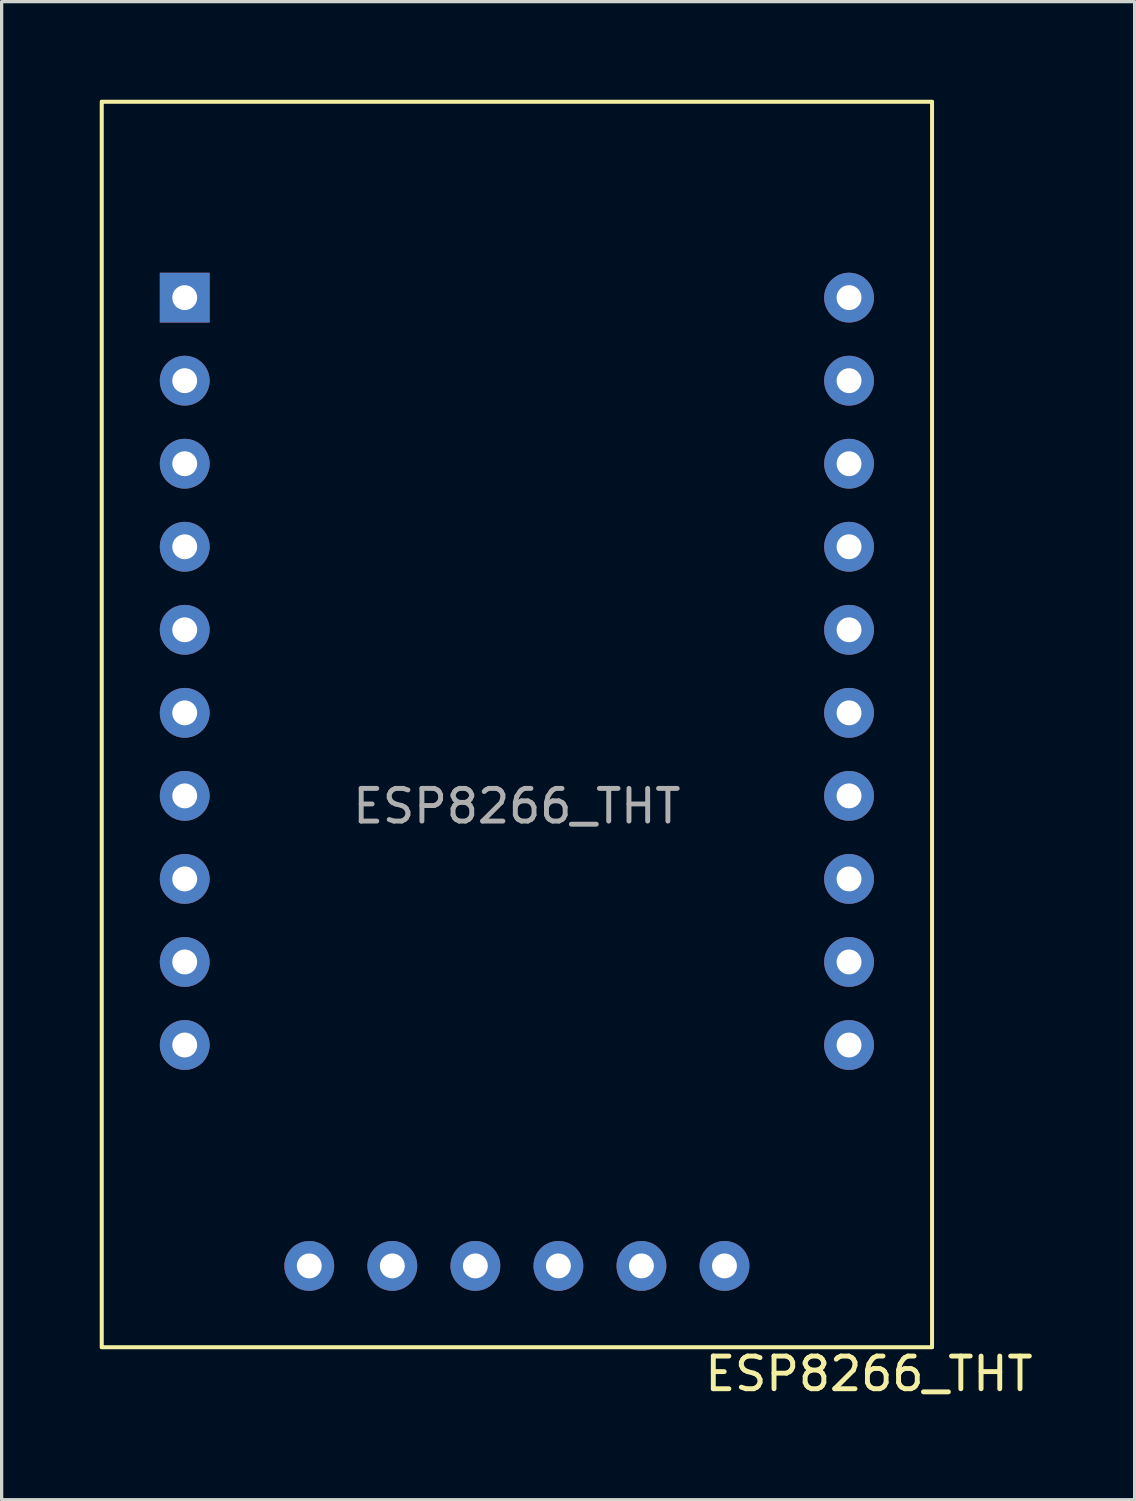
<source format=kicad_pcb>
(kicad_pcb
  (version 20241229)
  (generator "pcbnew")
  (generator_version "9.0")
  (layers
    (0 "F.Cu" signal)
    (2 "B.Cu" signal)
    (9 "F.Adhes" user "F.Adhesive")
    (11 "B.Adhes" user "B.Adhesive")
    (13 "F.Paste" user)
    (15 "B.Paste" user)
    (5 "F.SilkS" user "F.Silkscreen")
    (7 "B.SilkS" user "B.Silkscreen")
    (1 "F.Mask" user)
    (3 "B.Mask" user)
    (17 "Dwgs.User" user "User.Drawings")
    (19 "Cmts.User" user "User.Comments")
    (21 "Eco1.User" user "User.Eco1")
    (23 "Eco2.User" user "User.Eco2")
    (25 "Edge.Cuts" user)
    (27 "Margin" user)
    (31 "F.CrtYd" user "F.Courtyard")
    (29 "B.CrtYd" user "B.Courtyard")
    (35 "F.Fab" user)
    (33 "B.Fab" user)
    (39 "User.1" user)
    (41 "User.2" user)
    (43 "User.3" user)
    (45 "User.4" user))
  (footprint "ESP8266_THT"
    (layer "F.Cu")
    (at 12.76 19.11)
    (property "Reference" "ESP8266_THT" (at 10.77 19.863 0) (unlocked yes) (layer "F.SilkS") (effects (font (size 1 1) (thickness 0.15))))
    (attr through_hole)
    (fp_line (start -12.7 -19.05) (end 12.7 -19.05) (stroke (width 0.1) (type default)) (layer "F.SilkS"))
    (fp_line (start -12.7 19.05) (end -12.7 -19.05) (stroke (width 0.1) (type default)) (layer "F.SilkS"))
    (fp_line (start 12.7 -19.05) (end 12.7 19.05) (stroke (width 0.1) (type default)) (layer "F.SilkS"))
    (fp_line (start 12.7 19.05) (end -12.7 19.05) (stroke (width 0.1) (type default)) (layer "F.SilkS"))
    (fp_rect (start -12.7 -19.05) (end 12.7 19.05) (stroke (width 0.12) (type default)) (fill no) (layer "F.SilkS"))
    (fp_text user "${REFERENCE}" (at 0 2.5 0) (unlocked yes) (layer "F.Fab") (effects (font (size 1 1) (thickness 0.15))))
    (pad "1" thru_hole rect (at -10.16 -13.056) (size 1.524 1.524) (drill 0.762) (layers "*.Cu" "*.Mask"))
    (pad "2" thru_hole circle (at -10.16 -10.516) (size 1.524 1.524) (drill 0.762) (layers "*.Cu" "*.Mask"))
    (pad "3" thru_hole circle (at -10.16 -7.976) (size 1.524 1.524) (drill 0.762) (layers "*.Cu" "*.Mask"))
    (pad "4" thru_hole circle (at -10.16 -5.436) (size 1.524 1.524) (drill 0.762) (layers "*.Cu" "*.Mask"))
    (pad "5" thru_hole circle (at -10.16 -2.896) (size 1.524 1.524) (drill 0.762) (layers "*.Cu" "*.Mask"))
    (pad "6" thru_hole circle (at -10.16 -0.356) (size 1.524 1.524) (drill 0.762) (layers "*.Cu" "*.Mask"))
    (pad "7" thru_hole circle (at -10.16 2.184) (size 1.524 1.524) (drill 0.762) (layers "*.Cu" "*.Mask"))
    (pad "8" thru_hole circle (at -10.16 4.724) (size 1.524 1.524) (drill 0.762) (layers "*.Cu" "*.Mask"))
    (pad "9" thru_hole circle (at -10.16 7.264) (size 1.524 1.524) (drill 0.762) (layers "*.Cu" "*.Mask"))
    (pad "10" thru_hole circle (at -10.16 9.804) (size 1.524 1.524) (drill 0.762) (layers "*.Cu" "*.Mask"))
    (pad "11" thru_hole circle (at 10.16 9.804) (size 1.524 1.524) (drill 0.762) (layers "*.Cu" "*.Mask"))
    (pad "12" thru_hole circle (at 10.16 7.264) (size 1.524 1.524) (drill 0.762) (layers "*.Cu" "*.Mask"))
    (pad "13" thru_hole circle (at 10.16 4.724) (size 1.524 1.524) (drill 0.762) (layers "*.Cu" "*.Mask"))
    (pad "14" thru_hole circle (at 10.16 2.184) (size 1.524 1.524) (drill 0.762) (layers "*.Cu" "*.Mask"))
    (pad "15" thru_hole circle (at 10.16 -0.356) (size 1.524 1.524) (drill 0.762) (layers "*.Cu" "*.Mask"))
    (pad "16" thru_hole circle (at 10.16 -2.896) (size 1.524 1.524) (drill 0.762) (layers "*.Cu" "*.Mask"))
    (pad "17" thru_hole circle (at 10.16 -5.436) (size 1.524 1.524) (drill 0.762) (layers "*.Cu" "*.Mask"))
    (pad "18" thru_hole circle (at 10.16 -7.976) (size 1.524 1.524) (drill 0.762) (layers "*.Cu" "*.Mask"))
    (pad "19" thru_hole circle (at 10.16 -10.516) (size 1.524 1.524) (drill 0.762) (layers "*.Cu" "*.Mask"))
    (pad "20" thru_hole circle (at 10.16 -13.056) (size 1.524 1.524) (drill 0.762) (layers "*.Cu" "*.Mask"))
    (pad "21" thru_hole circle (at -6.35 16.561) (size 1.524 1.524) (drill 0.762) (layers "*.Cu" "*.Mask"))
    (pad "22" thru_hole circle (at -3.81 16.561) (size 1.524 1.524) (drill 0.762) (layers "*.Cu" "*.Mask"))
    (pad "23" thru_hole circle (at -1.27 16.561) (size 1.524 1.524) (drill 0.762) (layers "*.Cu" "*.Mask"))
    (pad "24" thru_hole circle (at 1.27 16.561) (size 1.524 1.524) (drill 0.762) (layers "*.Cu" "*.Mask"))
    (pad "25" thru_hole circle (at 3.81 16.561) (size 1.524 1.524) (drill 0.762) (layers "*.Cu" "*.Mask"))
    (pad "26" thru_hole circle (at 6.35 16.561) (size 1.524 1.524) (drill 0.762) (layers "*.Cu" "*.Mask"))
    (zone (net_name "") (layer "F.SilkS") (hatch edge 0.5) (connect_pads) (min_thickness 0.25) (filled_areas_thickness no) (keepout (tracks allowed) (vias allowed) (pads not_allowed) (copperpour allowed) (footprints not_allowed)) (placement (enabled no)) (fill) (polygon (pts (xy 0.06 0.06) (xy 25.46 0.06) (xy 25.46 38.16) (xy 0.06 38.16)))))
  (gr_rect
    (start -3 -3)
    (end 31.655 42.821)
    (stroke (width 0.1) (type default))
    (fill no)
    (layer "Edge.Cuts")))
</source>
